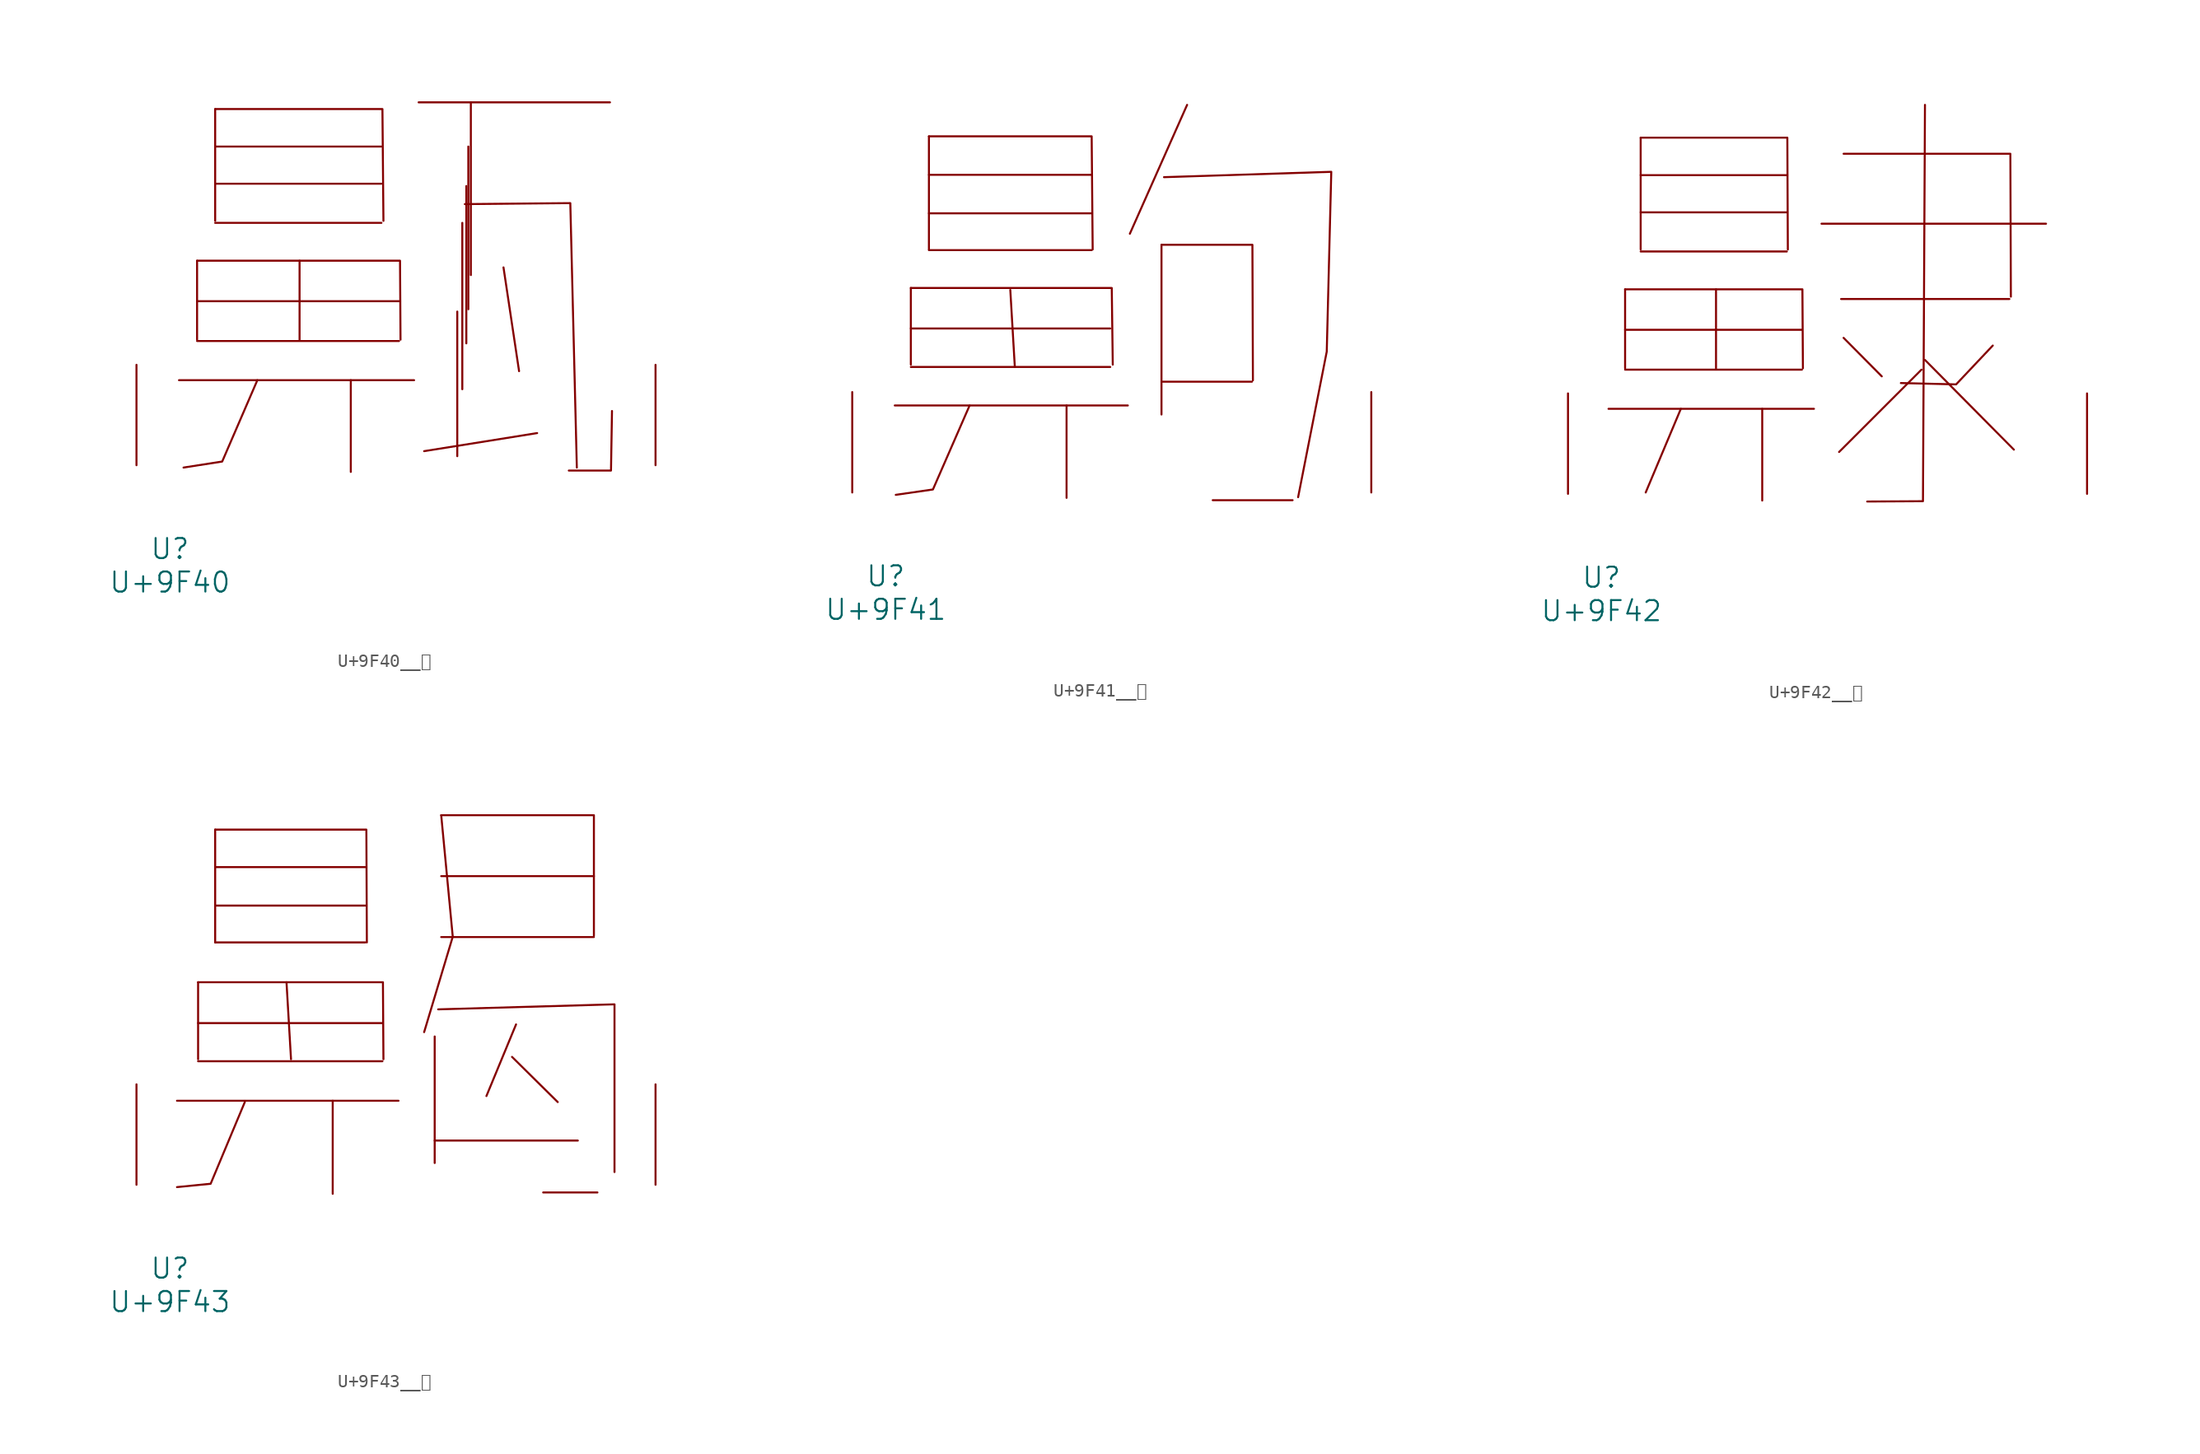
<source format=kicad_sym>
(kicad_symbol_lib
  (version 20231120)
  (generator "kicad_symbol_editor")
  (generator_version "8.0")
  (symbol "U+9F40__齀"
    (pin_names
      (offset 1.016))
    (property "Reference" "U"
      (at 0 -6.35 0)
      (effects (font (size 1.524 1.524))))
    (property "Value" "U+9F40"
      (at 0 -8.89 0)
      (effects (font (size 1.524 1.524))))
    (symbol "U+9F40__齀_0_1"
      (polyline (pts (xy 0.686 6.452) (xy 18.517 6.452)) (stroke (width 0) (type solid)) (fill (type none)))
      (polyline (pts (xy 2.057 9.423) (xy 17.374 9.423)) (stroke (width 0) (type solid)) (fill (type none)))
      (polyline (pts (xy 2.057 12.446) (xy 17.374 12.446)) (stroke (width 0) (type solid)) (fill (type none)))
      (polyline (pts (xy 2.057 15.519) (xy 2.057 9.525)) (stroke (width 0) (type solid)) (fill (type none)))
      (polyline (pts (xy 3.429 18.39) (xy 16.04 18.39)) (stroke (width 0) (type solid)) (fill (type none)))
      (polyline (pts (xy 3.429 21.361) (xy 16.04 21.361)) (stroke (width 0) (type solid)) (fill (type none)))
      (polyline (pts (xy 3.429 24.181) (xy 16.04 24.181)) (stroke (width 0) (type solid)) (fill (type none)))
      (polyline (pts (xy 3.429 27.026) (xy 3.429 18.542)) (stroke (width 0) (type solid)) (fill (type none)))
      (polyline (pts (xy 9.83 15.519) (xy 9.83 9.525)) (stroke (width 0) (type solid)) (fill (type none)))
      (polyline (pts (xy 13.716 6.452) (xy 13.716 -0.508)) (stroke (width 0) (type solid)) (fill (type none)))
      (polyline (pts (xy 18.86 27.534) (xy 33.376 27.534)) (stroke (width 0) (type solid)) (fill (type none)))
      (polyline (pts (xy 21.793 11.659) (xy 21.793 0.686)) (stroke (width 0) (type solid)) (fill (type none)))
      (polyline (pts (xy 22.174 18.39) (xy 22.174 5.766)) (stroke (width 0) (type solid)) (fill (type none)))
      (polyline (pts (xy 22.479 21.184) (xy 22.479 9.246)) (stroke (width 0) (type solid)) (fill (type none)))
      (polyline (pts (xy 22.631 24.181) (xy 22.631 11.836)) (stroke (width 0) (type solid)) (fill (type none)))
      (polyline (pts (xy 22.822 27.534) (xy 22.822 14.427)) (stroke (width 0) (type solid)) (fill (type none)))
      (polyline (pts (xy 25.298 15.011) (xy 26.48 7.137)) (stroke (width 0) (type solid)) (fill (type none)))
      (polyline (pts (xy 27.851 2.438) (xy 19.279 1.067)) (stroke (width 0) (type solid)) (fill (type none)))
      (polyline (pts (xy 30.251 -0.406) (xy 33.376 -0.406)) (stroke (width 0) (type solid)) (fill (type none)))
      (polyline (pts (xy 33.528 4.115) (xy 33.452 -0.406)) (stroke (width 0) (type solid)) (fill (type none)))
      (polyline (pts (xy 2.057 15.519) (xy 17.45 15.519) (xy 17.488 9.525)) (stroke (width 0) (type solid)) (fill (type none)))
      (polyline (pts (xy 3.429 27.026) (xy 16.116 27.026) (xy 16.192 18.542)) (stroke (width 0) (type solid)) (fill (type none)))
      (polyline (pts (xy 6.629 6.452) (xy 3.962 0.279) (xy 1.029 -0.178)) (stroke (width 0) (type solid)) (fill (type none)))
      (polyline (pts (xy 22.365 19.812) (xy 30.366 19.888) (xy 30.861 -0.178)) (stroke (width 0) (type solid)) (fill (type none)))
      (pin input line (at -2.54 0 90) (length 7.62) (name "~" (effects (font (size 1.27 1.27)))) (number "~" (effects (font (size 1.27 1.27)))))
      (pin input line (at 36.83 0 90) (length 7.62) (name "~" (effects (font (size 1.27 1.27)))) (number "~" (effects (font (size 1.27 1.27)))))))
  (symbol "U+9F41__齁"
    (pin_names
      (offset 1.016))
    (property "Reference" "U"
      (at 0 -6.35 0)
      (effects (font (size 1.524 1.524))))
    (property "Value" "U+9F41"
      (at 0 -8.89 0)
      (effects (font (size 1.524 1.524))))
    (symbol "U+9F41__齁_0_1"
      (polyline (pts (xy 0.686 6.604) (xy 18.364 6.604)) (stroke (width 0) (type solid)) (fill (type none)))
      (polyline (pts (xy 1.905 9.525) (xy 17.031 9.525)) (stroke (width 0) (type solid)) (fill (type none)))
      (polyline (pts (xy 1.905 12.446) (xy 17.031 12.446)) (stroke (width 0) (type solid)) (fill (type none)))
      (polyline (pts (xy 1.905 15.519) (xy 1.905 9.703)) (stroke (width 0) (type solid)) (fill (type none)))
      (polyline (pts (xy 3.277 18.39) (xy 15.621 18.39)) (stroke (width 0) (type solid)) (fill (type none)))
      (polyline (pts (xy 3.277 21.184) (xy 15.621 21.184)) (stroke (width 0) (type solid)) (fill (type none)))
      (polyline (pts (xy 3.277 24.105) (xy 15.621 24.105)) (stroke (width 0) (type solid)) (fill (type none)))
      (polyline (pts (xy 3.277 27.026) (xy 3.277 18.44)) (stroke (width 0) (type solid)) (fill (type none)))
      (polyline (pts (xy 9.449 15.367) (xy 9.792 9.525)) (stroke (width 0) (type solid)) (fill (type none)))
      (polyline (pts (xy 13.716 6.604) (xy 13.716 -0.406)) (stroke (width 0) (type solid)) (fill (type none)))
      (polyline (pts (xy 20.917 8.407) (xy 27.775 8.407)) (stroke (width 0) (type solid)) (fill (type none)))
      (polyline (pts (xy 20.917 18.796) (xy 20.917 5.918)) (stroke (width 0) (type solid)) (fill (type none)))
      (polyline (pts (xy 22.86 29.413) (xy 18.517 19.634)) (stroke (width 0) (type solid)) (fill (type none)))
      (polyline (pts (xy 24.803 -0.584) (xy 30.861 -0.584)) (stroke (width 0) (type solid)) (fill (type none)))
      (polyline (pts (xy 1.905 15.519) (xy 17.145 15.519) (xy 17.221 9.703)) (stroke (width 0) (type solid)) (fill (type none)))
      (polyline (pts (xy 3.277 27.026) (xy 15.621 27.026) (xy 15.697 18.44)) (stroke (width 0) (type solid)) (fill (type none)))
      (polyline (pts (xy 6.363 6.604) (xy 3.581 0.229) (xy 0.762 -0.178)) (stroke (width 0) (type solid)) (fill (type none)))
      (polyline (pts (xy 20.917 18.796) (xy 27.813 18.796) (xy 27.851 8.509)) (stroke (width 0) (type solid)) (fill (type none)))
      (polyline (pts (xy 21.107 23.927) (xy 33.795 24.333) (xy 33.452 10.693) (xy 31.28 -0.356)) (stroke (width 0) (type solid)) (fill (type none)))
      (pin input line (at -2.54 0 90) (length 7.62) (name "~" (effects (font (size 1.27 1.27)))) (number "~" (effects (font (size 1.27 1.27)))))
      (pin input line (at 36.83 0 90) (length 7.62) (name "~" (effects (font (size 1.27 1.27)))) (number "~" (effects (font (size 1.27 1.27)))))))
  (symbol "U+9F42__齂"
    (pin_names
      (offset 1.016))
    (property "Reference" "U"
      (at 0 -6.35 0)
      (effects (font (size 1.524 1.524))))
    (property "Value" "U+9F42"
      (at 0 -8.89 0)
      (effects (font (size 1.524 1.524))))
    (symbol "U+9F42__齂_0_1"
      (polyline (pts (xy 0.533 6.452) (xy 16.116 6.452)) (stroke (width 0) (type solid)) (fill (type none)))
      (polyline (pts (xy 1.791 9.423) (xy 15.202 9.423)) (stroke (width 0) (type solid)) (fill (type none)))
      (polyline (pts (xy 1.791 12.446) (xy 15.202 12.446)) (stroke (width 0) (type solid)) (fill (type none)))
      (polyline (pts (xy 1.791 15.519) (xy 1.791 9.525)) (stroke (width 0) (type solid)) (fill (type none)))
      (polyline (pts (xy 2.972 18.39) (xy 14.059 18.39)) (stroke (width 0) (type solid)) (fill (type none)))
      (polyline (pts (xy 2.972 21.361) (xy 14.059 21.361)) (stroke (width 0) (type solid)) (fill (type none)))
      (polyline (pts (xy 2.972 24.181) (xy 14.059 24.181)) (stroke (width 0) (type solid)) (fill (type none)))
      (polyline (pts (xy 2.972 27.026) (xy 2.972 18.542)) (stroke (width 0) (type solid)) (fill (type none)))
      (polyline (pts (xy 6.02 6.452) (xy 3.353 0.102)) (stroke (width 0) (type solid)) (fill (type none)))
      (polyline (pts (xy 8.687 15.519) (xy 8.687 9.525)) (stroke (width 0) (type solid)) (fill (type none)))
      (polyline (pts (xy 12.192 6.452) (xy 12.192 -0.508)) (stroke (width 0) (type solid)) (fill (type none)))
      (polyline (pts (xy 16.688 20.498) (xy 33.718 20.498)) (stroke (width 0) (type solid)) (fill (type none)))
      (polyline (pts (xy 18.174 14.783) (xy 30.937 14.783)) (stroke (width 0) (type solid)) (fill (type none)))
      (polyline (pts (xy 18.364 11.836) (xy 21.26 8.915)) (stroke (width 0) (type solid)) (fill (type none)))
      (polyline (pts (xy 24.27 9.423) (xy 18.021 3.175)) (stroke (width 0) (type solid)) (fill (type none)))
      (polyline (pts (xy 24.536 10.16) (xy 31.28 3.353)) (stroke (width 0) (type solid)) (fill (type none)))
      (polyline (pts (xy 1.791 15.519) (xy 15.24 15.519) (xy 15.278 9.525)) (stroke (width 0) (type solid)) (fill (type none)))
      (polyline (pts (xy 2.972 27.026) (xy 14.097 27.026) (xy 14.135 18.542)) (stroke (width 0) (type solid)) (fill (type none)))
      (polyline (pts (xy 18.364 25.806) (xy 31.013 25.806) (xy 31.052 14.961)) (stroke (width 0) (type solid)) (fill (type none)))
      (polyline (pts (xy 24.536 29.515) (xy 24.384 -0.559) (xy 20.155 -0.584)) (stroke (width 0) (type solid)) (fill (type none)))
      (polyline (pts (xy 29.68 11.252) (xy 26.899 8.306) (xy 22.708 8.407)) (stroke (width 0) (type solid)) (fill (type none)))
      (pin input line (at -2.54 0 90) (length 7.62) (name "~" (effects (font (size 1.27 1.27)))) (number "~" (effects (font (size 1.27 1.27)))))
      (pin input line (at 36.83 0 90) (length 7.62) (name "~" (effects (font (size 1.27 1.27)))) (number "~" (effects (font (size 1.27 1.27)))))))
  (symbol "U+9F43__齃"
    (pin_names
      (offset 1.016))
    (property "Reference" "U"
      (at 0 -6.35 0)
      (effects (font (size 1.524 1.524))))
    (property "Value" "U+9F43"
      (at 0 -8.89 0)
      (effects (font (size 1.524 1.524))))
    (symbol "U+9F43__齃_0_1"
      (polyline (pts (xy 0.533 6.375) (xy 17.335 6.375)) (stroke (width 0) (type solid)) (fill (type none)))
      (polyline (pts (xy 2.134 9.373) (xy 16.116 9.373)) (stroke (width 0) (type solid)) (fill (type none)))
      (polyline (pts (xy 2.134 12.268) (xy 16.116 12.268)) (stroke (width 0) (type solid)) (fill (type none)))
      (polyline (pts (xy 2.134 15.367) (xy 2.134 9.525)) (stroke (width 0) (type solid)) (fill (type none)))
      (polyline (pts (xy 3.429 18.39) (xy 14.821 18.39)) (stroke (width 0) (type solid)) (fill (type none)))
      (polyline (pts (xy 3.429 21.184) (xy 14.821 21.184)) (stroke (width 0) (type solid)) (fill (type none)))
      (polyline (pts (xy 3.429 24.105) (xy 14.821 24.105)) (stroke (width 0) (type solid)) (fill (type none)))
      (polyline (pts (xy 3.429 26.949) (xy 3.429 18.39)) (stroke (width 0) (type solid)) (fill (type none)))
      (polyline (pts (xy 8.839 15.367) (xy 9.182 9.525)) (stroke (width 0) (type solid)) (fill (type none)))
      (polyline (pts (xy 12.344 6.375) (xy 12.344 -0.686)) (stroke (width 0) (type solid)) (fill (type none)))
      (polyline (pts (xy 20.079 3.353) (xy 30.937 3.353)) (stroke (width 0) (type solid)) (fill (type none)))
      (polyline (pts (xy 20.079 11.252) (xy 20.079 1.651)) (stroke (width 0) (type solid)) (fill (type none)))
      (polyline (pts (xy 20.574 18.796) (xy 32.156 18.796)) (stroke (width 0) (type solid)) (fill (type none)))
      (polyline (pts (xy 20.574 23.419) (xy 32.156 23.419)) (stroke (width 0) (type solid)) (fill (type none)))
      (polyline (pts (xy 25.946 9.703) (xy 29.413 6.274)) (stroke (width 0) (type solid)) (fill (type none)))
      (polyline (pts (xy 26.251 12.167) (xy 24.003 6.731)) (stroke (width 0) (type solid)) (fill (type none)))
      (polyline (pts (xy 32.423 -0.584) (xy 28.308 -0.584)) (stroke (width 0) (type solid)) (fill (type none)))
      (polyline (pts (xy 2.134 15.367) (xy 16.154 15.367) (xy 16.192 9.525)) (stroke (width 0) (type solid)) (fill (type none)))
      (polyline (pts (xy 3.429 26.949) (xy 14.897 26.949) (xy 14.935 18.39)) (stroke (width 0) (type solid)) (fill (type none)))
      (polyline (pts (xy 5.677 6.274) (xy 3.086 0.076) (xy 0.533 -0.178)) (stroke (width 0) (type solid)) (fill (type none)))
      (polyline (pts (xy 20.345 13.31) (xy 33.718 13.691) (xy 33.718 0.965)) (stroke (width 0) (type solid)) (fill (type none)))
      (polyline (pts (xy 20.574 28.042) (xy 21.45 18.821) (xy 19.279 11.582)) (stroke (width 0) (type solid)) (fill (type none)))
      (polyline (pts (xy 20.574 28.042) (xy 32.156 28.042) (xy 32.156 18.898)) (stroke (width 0) (type solid)) (fill (type none)))
      (pin input line (at -2.54 0 90) (length 7.62) (name "~" (effects (font (size 1.27 1.27)))) (number "~" (effects (font (size 1.27 1.27)))))
      (pin input line (at 36.83 0 90) (length 7.62) (name "~" (effects (font (size 1.27 1.27)))) (number "~" (effects (font (size 1.27 1.27))))))))
</source>
